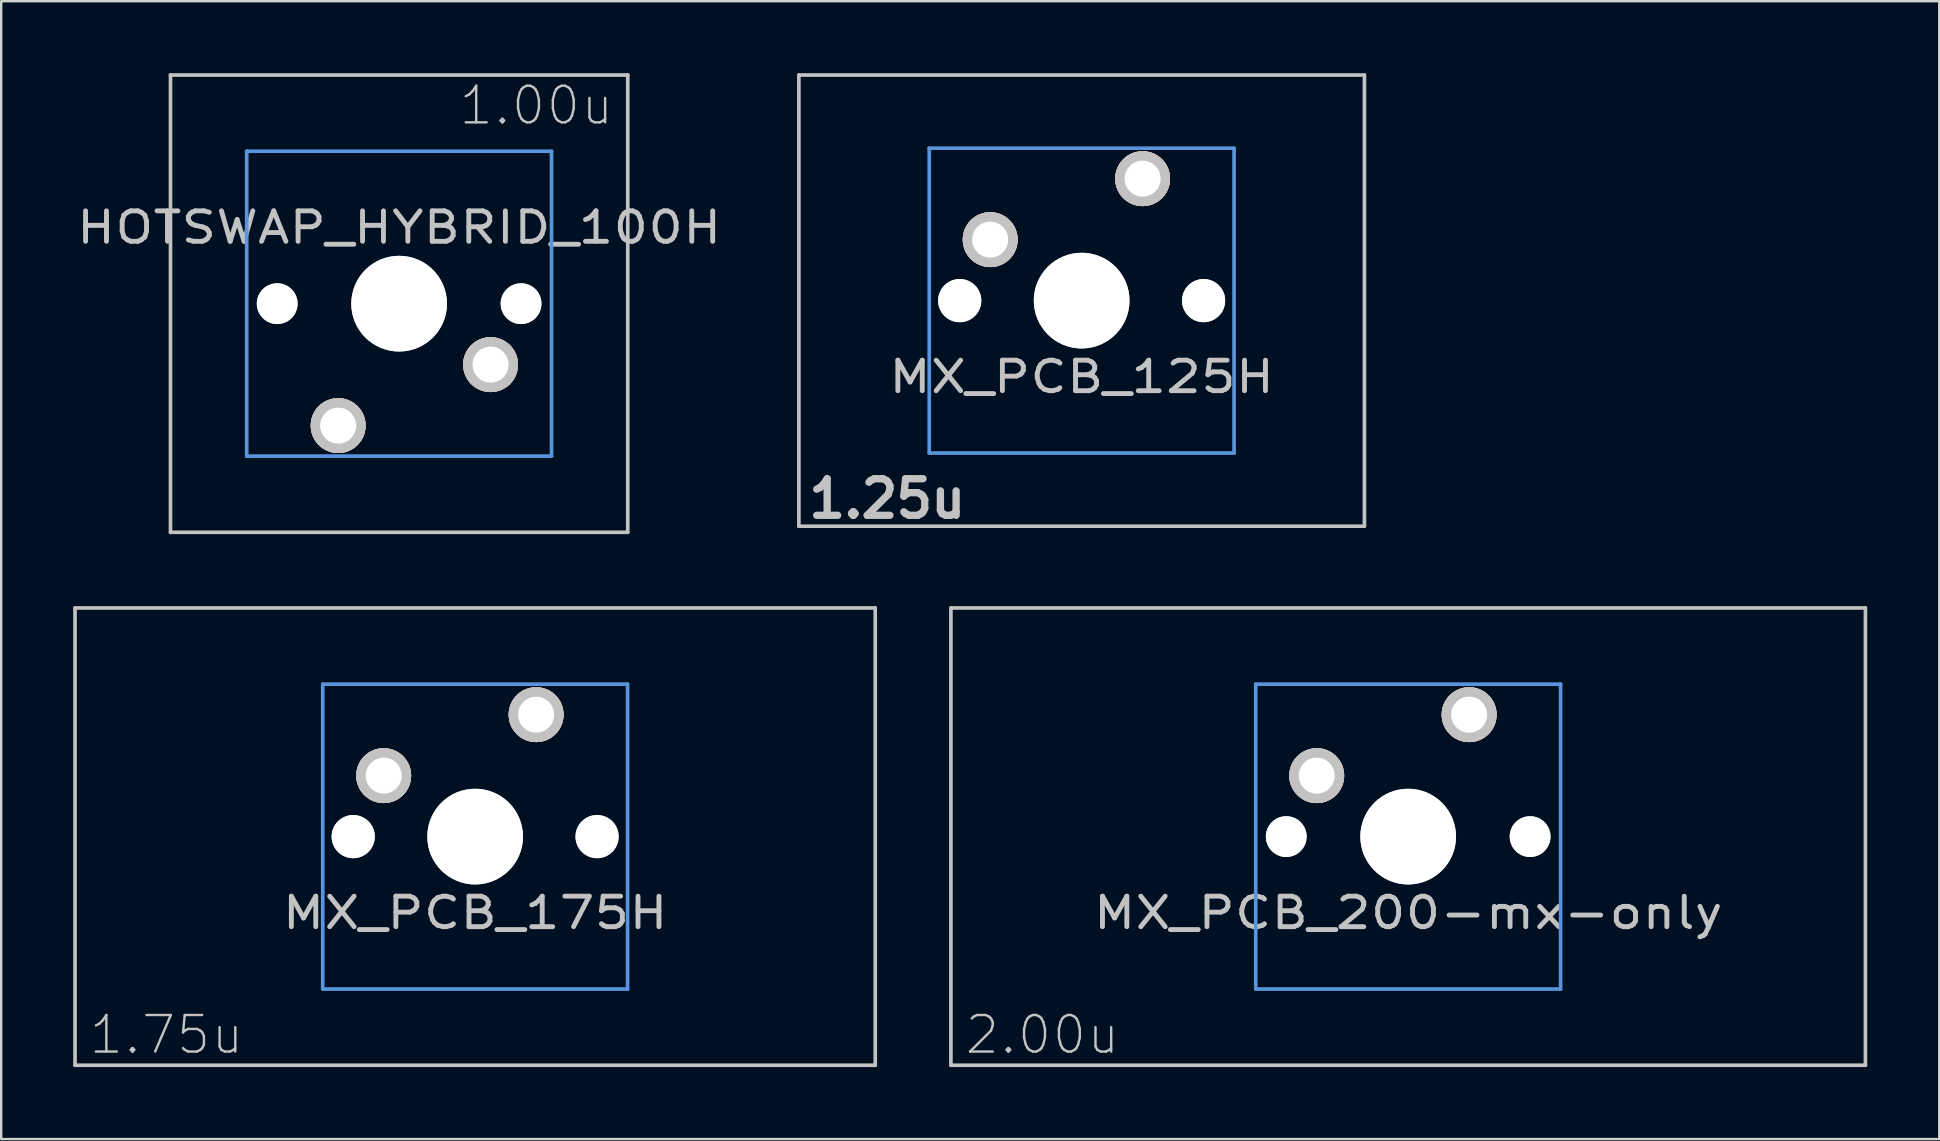
<source format=kicad_pcb>
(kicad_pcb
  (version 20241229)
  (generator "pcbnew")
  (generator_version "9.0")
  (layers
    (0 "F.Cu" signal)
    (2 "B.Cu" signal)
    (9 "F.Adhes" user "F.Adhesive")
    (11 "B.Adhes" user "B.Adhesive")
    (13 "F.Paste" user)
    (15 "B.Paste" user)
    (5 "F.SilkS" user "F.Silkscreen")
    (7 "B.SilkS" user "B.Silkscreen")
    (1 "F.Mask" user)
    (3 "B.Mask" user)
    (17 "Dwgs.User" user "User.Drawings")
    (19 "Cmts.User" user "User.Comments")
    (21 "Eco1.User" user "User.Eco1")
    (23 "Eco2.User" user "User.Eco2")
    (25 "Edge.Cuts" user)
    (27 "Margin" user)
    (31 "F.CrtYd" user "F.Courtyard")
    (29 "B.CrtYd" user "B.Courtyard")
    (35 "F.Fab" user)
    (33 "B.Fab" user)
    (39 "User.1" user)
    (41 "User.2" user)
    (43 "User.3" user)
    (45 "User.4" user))
  (footprint "MX_PCB_200-mx-only"
    (layer "F.Cu")
    (at 55.616 31.804)
    (property "Reference" "MX_PCB_200-mx-only" (at 0 3.175 0) (layer "Dwgs.User") (effects (font (size 1.27 1.524) (thickness 0.203))))
    (attr through_hole)
    (fp_line (start -19.05 -9.525) (end 19.05 -9.525) (stroke (width 0.152) (type solid)) (layer "Dwgs.User"))
    (fp_line (start -19.05 9.525) (end -19.05 -9.525) (stroke (width 0.152) (type solid)) (layer "Dwgs.User"))
    (fp_line (start 19.05 -9.525) (end 19.05 9.525) (stroke (width 0.152) (type solid)) (layer "Dwgs.User"))
    (fp_line (start 19.05 9.525) (end -19.05 9.525) (stroke (width 0.152) (type solid)) (layer "Dwgs.User"))
    (fp_line (start -6.35 -6.35) (end 6.35 -6.35) (stroke (width 0.152) (type solid)) (layer "Cmts.User"))
    (fp_line (start -6.35 6.35) (end -6.35 -6.35) (stroke (width 0.152) (type solid)) (layer "Cmts.User"))
    (fp_line (start 6.35 -6.35) (end 6.35 6.35) (stroke (width 0.152) (type solid)) (layer "Cmts.User"))
    (fp_line (start 6.35 6.35) (end -6.35 6.35) (stroke (width 0.152) (type solid)) (layer "Cmts.User"))
    (fp_curve (pts (xy -7 -6.001) (xy -7 -6.551) (xy -6.55 -7.001) (xy -6 -7.001)) (stroke (width 0.3) (type solid)) (layer "Eco2.User"))
    (fp_curve (pts (xy -7 5.999) (xy -7 5.999) (xy -7 -6.001) (xy -7 -6.001)) (stroke (width 0.3) (type solid)) (layer "Eco2.User"))
    (fp_curve (pts (xy -6 -7.001) (xy -6 -7.001) (xy 6 -7.001) (xy 6 -7.001)) (stroke (width 0.3) (type solid)) (layer "Eco2.User"))
    (fp_curve (pts (xy -6 6.999) (xy -6.55 6.999) (xy -7 6.549) (xy -7 5.999)) (stroke (width 0.3) (type solid)) (layer "Eco2.User"))
    (fp_curve (pts (xy 6 -7.001) (xy 6.55 -7.001) (xy 7 -6.551) (xy 7 -6.001)) (stroke (width 0.3) (type solid)) (layer "Eco2.User"))
    (fp_curve (pts (xy 6 6.999) (xy 6 6.999) (xy -6 6.999) (xy -6 6.999)) (stroke (width 0.3) (type solid)) (layer "Eco2.User"))
    (fp_curve (pts (xy 7 -6.001) (xy 7 -6.001) (xy 7 5.999) (xy 7 5.999)) (stroke (width 0.3) (type solid)) (layer "Eco2.User"))
    (fp_curve (pts (xy 7 5.999) (xy 7 6.549) (xy 6.55 6.999) (xy 6 6.999)) (stroke (width 0.3) (type solid)) (layer "Eco2.User"))
    (fp_text user "2.00u" (at -15.24 8.255 0) (layer "Dwgs.User") (effects (font (size 1.524 1.524) (thickness 0.1))))
    (pad "" np_thru_hole circle (at -5.08 0) (size 1.7 1.7) (drill 1.7) (layers "*.Cu" "Dwgs.User"))
    (pad "" np_thru_hole circle (at 0 0) (size 3.988 3.988) (drill 3.988) (layers "*.Cu" "Dwgs.User"))
    (pad "" np_thru_hole circle (at 5.08 0) (size 1.7 1.7) (drill 1.7) (layers "*.Cu" "Dwgs.User"))
    (pad "1" thru_hole circle (at 2.54 -5.08) (size 2.286 2.286) (drill 1.499) (layers "*.Cu" "*.SilkS" "*.Mask" "Dwgs.User"))
    (pad "2" thru_hole circle (at -3.81 -2.54) (size 2.286 2.286) (drill 1.499) (layers "*.Cu" "*.SilkS" "*.Mask" "Dwgs.User")))
  (footprint "MX_PCB_175H"
    (layer "F.Cu")
    (at 16.745 31.804)
    (property "Reference" "MX_PCB_175H" (at 0 3.175 0) (layer "Dwgs.User") (effects (font (size 1.27 1.524) (thickness 0.203))))
    (attr through_hole)
    (fp_line (start -16.669 -9.525) (end 16.669 -9.525) (stroke (width 0.152) (type solid)) (layer "Dwgs.User"))
    (fp_line (start -16.669 9.525) (end -16.669 -9.525) (stroke (width 0.152) (type solid)) (layer "Dwgs.User"))
    (fp_line (start 16.669 -9.525) (end 16.669 9.525) (stroke (width 0.152) (type solid)) (layer "Dwgs.User"))
    (fp_line (start 16.669 9.525) (end -16.669 9.525) (stroke (width 0.152) (type solid)) (layer "Dwgs.User"))
    (fp_line (start -6.35 -6.35) (end 6.35 -6.35) (stroke (width 0.152) (type solid)) (layer "Cmts.User"))
    (fp_line (start -6.35 6.35) (end -6.35 -6.35) (stroke (width 0.152) (type solid)) (layer "Cmts.User"))
    (fp_line (start 6.35 -6.35) (end 6.35 6.35) (stroke (width 0.152) (type solid)) (layer "Cmts.User"))
    (fp_line (start 6.35 6.35) (end -6.35 6.35) (stroke (width 0.152) (type solid)) (layer "Cmts.User"))
    (fp_curve (pts (xy -7 -6.001) (xy -7 -6.551) (xy -6.55 -7.001) (xy -6 -7.001)) (stroke (width 0.3) (type solid)) (layer "Eco2.User"))
    (fp_curve (pts (xy -7 5.999) (xy -7 5.999) (xy -7 -6.001) (xy -7 -6.001)) (stroke (width 0.3) (type solid)) (layer "Eco2.User"))
    (fp_curve (pts (xy -6 -7.001) (xy -6 -7.001) (xy 6 -7.001) (xy 6 -7.001)) (stroke (width 0.3) (type solid)) (layer "Eco2.User"))
    (fp_curve (pts (xy -6 6.999) (xy -6.55 6.999) (xy -7 6.549) (xy -7 5.999)) (stroke (width 0.3) (type solid)) (layer "Eco2.User"))
    (fp_curve (pts (xy 6 -7.001) (xy 6.55 -7.001) (xy 7 -6.551) (xy 7 -6.001)) (stroke (width 0.3) (type solid)) (layer "Eco2.User"))
    (fp_curve (pts (xy 6 6.999) (xy 6 6.999) (xy -6 6.999) (xy -6 6.999)) (stroke (width 0.3) (type solid)) (layer "Eco2.User"))
    (fp_curve (pts (xy 7 -6.001) (xy 7 -6.001) (xy 7 5.999) (xy 7 5.999)) (stroke (width 0.3) (type solid)) (layer "Eco2.User"))
    (fp_curve (pts (xy 7 5.999) (xy 7 6.549) (xy 6.55 6.999) (xy 6 6.999)) (stroke (width 0.3) (type solid)) (layer "Eco2.User"))
    (fp_text user "1.75u" (at -12.86 8.255 0) (layer "Dwgs.User") (effects (font (size 1.524 1.524) (thickness 0.1))))
    (pad "" np_thru_hole circle (at -5.08 0) (size 1.8 1.8) (drill 1.8) (layers "*.Cu" "Dwgs.User"))
    (pad "" np_thru_hole circle (at 0 0) (size 3.988 3.988) (drill 3.988) (layers "*.Cu" "Dwgs.User"))
    (pad "" np_thru_hole circle (at 5.08 0) (size 1.8 1.8) (drill 1.8) (layers "*.Cu" "Dwgs.User"))
    (pad "1" thru_hole circle (at 2.54 -5.08) (size 2.286 2.286) (drill 1.499) (layers "*.Cu" "*.SilkS" "*.Mask" "Dwgs.User"))
    (pad "2" thru_hole circle (at -3.81 -2.54) (size 2.286 2.286) (drill 1.499) (layers "*.Cu" "*.SilkS" "*.Mask" "Dwgs.User")))
  (footprint "MX_PCB_125H"
    (layer "F.Cu")
    (at 42.013 9.474)
    (property "Reference" "MX_PCB_125H" (at 0 3.175 0) (layer "Dwgs.User") (effects (font (size 1.27 1.524) (thickness 0.203))))
    (attr through_hole)
    (fp_line (start -11.781 -9.398) (end 11.781 -9.398) (stroke (width 0.152) (type solid)) (layer "Dwgs.User"))
    (fp_line (start -11.781 9.398) (end -11.781 -9.398) (stroke (width 0.152) (type solid)) (layer "Dwgs.User"))
    (fp_line (start 11.781 -9.398) (end 11.781 9.398) (stroke (width 0.152) (type solid)) (layer "Dwgs.User"))
    (fp_line (start 11.781 9.398) (end -11.781 9.398) (stroke (width 0.152) (type solid)) (layer "Dwgs.User"))
    (fp_line (start -6.35 -6.35) (end 6.35 -6.35) (stroke (width 0.152) (type solid)) (layer "Cmts.User"))
    (fp_line (start -6.35 6.35) (end -6.35 -6.35) (stroke (width 0.152) (type solid)) (layer "Cmts.User"))
    (fp_line (start 6.35 -6.35) (end 6.35 6.35) (stroke (width 0.152) (type solid)) (layer "Cmts.User"))
    (fp_line (start 6.35 6.35) (end -6.35 6.35) (stroke (width 0.152) (type solid)) (layer "Cmts.User"))
    (fp_line (start -6.985 -6.985) (end 6.985 -6.985) (stroke (width 0.152) (type solid)) (layer "Eco2.User"))
    (fp_line (start -6.985 6.985) (end -6.985 -6.985) (stroke (width 0.152) (type solid)) (layer "Eco2.User"))
    (fp_line (start 6.985 -6.985) (end 6.985 6.985) (stroke (width 0.152) (type solid)) (layer "Eco2.User"))
    (fp_line (start 6.985 6.985) (end -6.985 6.985) (stroke (width 0.152) (type solid)) (layer "Eco2.User"))
    (fp_text user "1.25u" (at -8.098 8.255 0) (layer "Dwgs.User") (effects (font (size 1.524 1.524) (thickness 0.305))))
    (pad "" np_thru_hole circle (at -5.08 0) (size 1.8 1.8) (drill 1.8) (layers "*.Cu" "Dwgs.User"))
    (pad "" np_thru_hole circle (at 0 0) (size 3.988 3.988) (drill 3.988) (layers "*.Cu" "Dwgs.User"))
    (pad "" np_thru_hole circle (at 5.08 0) (size 1.8 1.8) (drill 1.8) (layers "*.Cu" "Dwgs.User"))
    (pad "1" thru_hole circle (at 2.54 -5.08) (size 2.286 2.286) (drill 1.499) (layers "*.Cu" "*.SilkS" "*.Mask" "Dwgs.User"))
    (pad "2" thru_hole circle (at -3.81 -2.54) (size 2.286 2.286) (drill 1.499) (layers "*.Cu" "*.SilkS" "*.Mask" "Dwgs.User")))
  (footprint "HOTSWAP_HYBRID_100H"
    (layer "F.Cu")
    (at 13.578 9.601)
    (property "Reference" "HOTSWAP_HYBRID_100H" (at 0 -3.175 180) (layer "Dwgs.User") (effects (font (size 1.27 1.524) (thickness 0.203))))
    (attr through_hole)
    (fp_line (start -9.525 -9.525) (end 9.525 -9.525) (stroke (width 0.152) (type solid)) (layer "Dwgs.User"))
    (fp_line (start -9.525 9.525) (end -9.525 -9.525) (stroke (width 0.152) (type solid)) (layer "Dwgs.User"))
    (fp_line (start 9.525 -9.525) (end 9.525 9.525) (stroke (width 0.152) (type solid)) (layer "Dwgs.User"))
    (fp_line (start 9.525 9.525) (end -9.525 9.525) (stroke (width 0.152) (type solid)) (layer "Dwgs.User"))
    (fp_line (start -6.35 -6.35) (end 6.35 -6.35) (stroke (width 0.152) (type solid)) (layer "Cmts.User"))
    (fp_line (start -6.35 6.35) (end -6.35 -6.35) (stroke (width 0.152) (type solid)) (layer "Cmts.User"))
    (fp_line (start 6.35 -6.35) (end 6.35 6.35) (stroke (width 0.152) (type solid)) (layer "Cmts.User"))
    (fp_line (start 6.35 6.35) (end -6.35 6.35) (stroke (width 0.152) (type solid)) (layer "Cmts.User"))
    (fp_curve (pts (xy -7 -5.999) (xy -7 -6.549) (xy -6.55 -6.999) (xy -6 -6.999)) (stroke (width 0.3) (type solid)) (layer "Eco2.User"))
    (fp_curve (pts (xy -7 6.001) (xy -7 6.001) (xy -7 -5.999) (xy -7 -5.999)) (stroke (width 0.3) (type solid)) (layer "Eco2.User"))
    (fp_curve (pts (xy -6 -6.999) (xy -6 -6.999) (xy 6 -6.999) (xy 6 -6.999)) (stroke (width 0.3) (type solid)) (layer "Eco2.User"))
    (fp_curve (pts (xy -6 7.001) (xy -6.55 7.001) (xy -7 6.551) (xy -7 6.001)) (stroke (width 0.3) (type solid)) (layer "Eco2.User"))
    (fp_curve (pts (xy 6 -6.999) (xy 6.55 -6.999) (xy 7 -6.549) (xy 7 -5.999)) (stroke (width 0.3) (type solid)) (layer "Eco2.User"))
    (fp_curve (pts (xy 6 7.001) (xy 6 7.001) (xy -6 7.001) (xy -6 7.001)) (stroke (width 0.3) (type solid)) (layer "Eco2.User"))
    (fp_curve (pts (xy 7 -5.999) (xy 7 -5.999) (xy 7 6.001) (xy 7 6.001)) (stroke (width 0.3) (type solid)) (layer "Eco2.User"))
    (fp_curve (pts (xy 7 6.001) (xy 7 6.551) (xy 6.55 7.001) (xy 6 7.001)) (stroke (width 0.3) (type solid)) (layer "Eco2.User"))
    (fp_text user "1.00u" (at 5.715 -8.255 180) (layer "Dwgs.User") (effects (font (size 1.524 1.524) (thickness 0.1))))
    (pad "" np_thru_hole circle (at -5.08 0 180) (size 1.7 1.7) (drill 1.7) (layers "*.Cu" "Dwgs.User"))
    (pad "" np_thru_hole circle (at 0 0 180) (size 3.988 3.988) (drill 3.988) (layers "*.Cu" "Dwgs.User"))
    (pad "" np_thru_hole circle (at 5.08 0 180) (size 1.7 1.7) (drill 1.7) (layers "*.Cu" "Dwgs.User"))
    (pad "1" thru_hole circle (at -2.54 5.08 180) (size 2.286 2.286) (drill 1.499) (layers "*.Cu" "*.SilkS" "*.Mask" "Dwgs.User"))
    (pad "2" thru_hole circle (at 3.81 2.54 180) (size 2.286 2.286) (drill 1.499) (layers "*.Cu" "*.SilkS" "*.Mask" "Dwgs.User")))
  (gr_rect
    (start -3 -3)
    (end 77.742 44.405)
    (stroke (width 0.1) (type default))
    (fill no)
    (layer "Edge.Cuts")))
</source>
